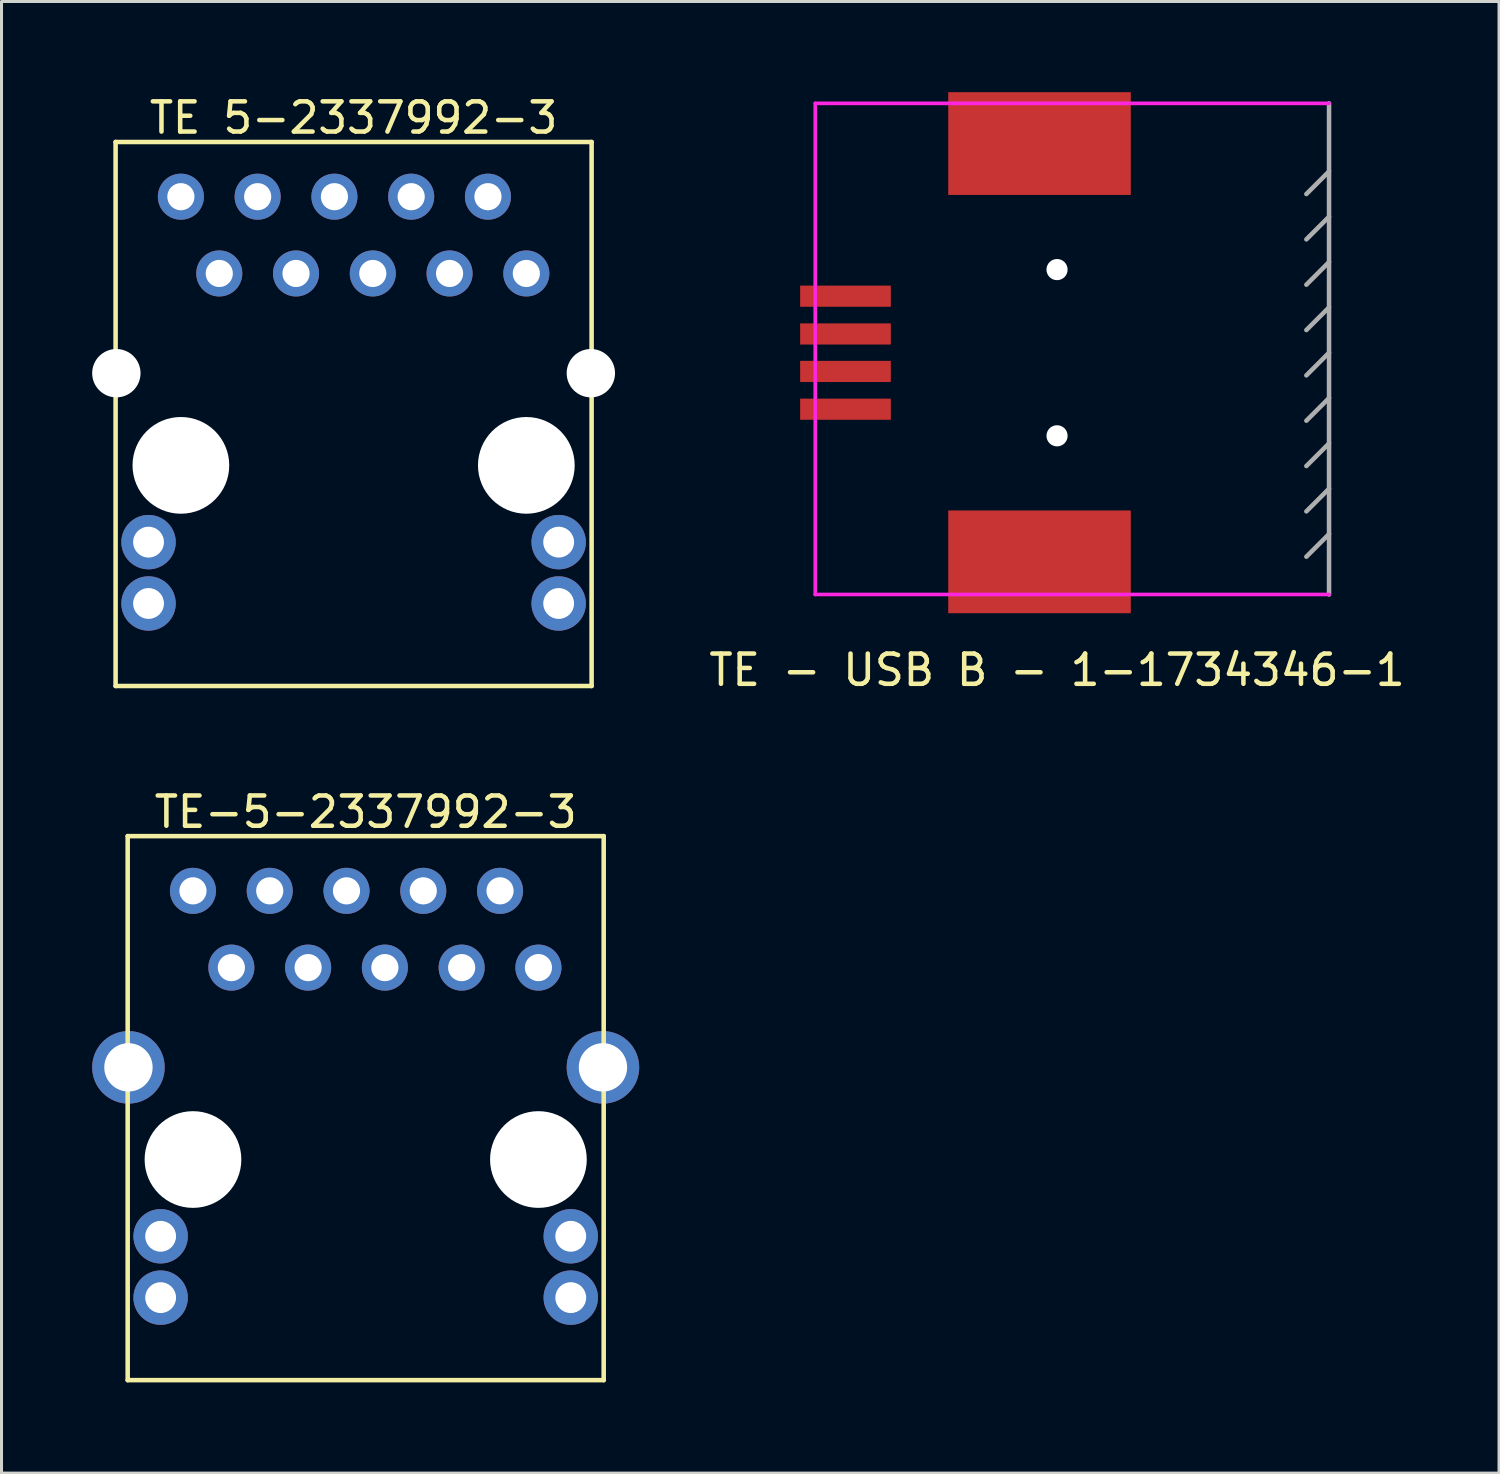
<source format=kicad_pcb>
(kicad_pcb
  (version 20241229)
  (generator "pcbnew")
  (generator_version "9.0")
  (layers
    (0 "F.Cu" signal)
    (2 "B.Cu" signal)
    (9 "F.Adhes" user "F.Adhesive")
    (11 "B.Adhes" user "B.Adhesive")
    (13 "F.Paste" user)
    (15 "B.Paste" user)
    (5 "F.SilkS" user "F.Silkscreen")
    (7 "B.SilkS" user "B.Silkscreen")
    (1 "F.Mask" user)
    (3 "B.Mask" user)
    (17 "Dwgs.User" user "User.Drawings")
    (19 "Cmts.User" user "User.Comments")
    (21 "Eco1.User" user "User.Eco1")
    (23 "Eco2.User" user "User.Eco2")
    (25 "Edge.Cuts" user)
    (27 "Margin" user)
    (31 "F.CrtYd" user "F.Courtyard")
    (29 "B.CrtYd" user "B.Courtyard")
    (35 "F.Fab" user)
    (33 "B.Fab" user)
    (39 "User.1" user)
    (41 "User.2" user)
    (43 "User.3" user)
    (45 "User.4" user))
  (footprint "TE - USB B - 1-1734346-1"
    (layer "F.Cu")
    (at 31.925 8.62)
    (property "Reference" "TE - USB B - 1-1734346-1" (at 0 10.5 0) (layer "F.SilkS") (effects (font (size 1 1) (thickness 0.15))))
    (attr through_hole)
    (fp_line (start -8 -8.25) (end 9 -8.25) (stroke (width 0.12) (type solid)) (layer "F.CrtYd"))
    (fp_line (start -8 8) (end -8 -8.25) (stroke (width 0.12) (type solid)) (layer "F.CrtYd"))
    (fp_line (start 9 8) (end -8 8) (stroke (width 0.12) (type solid)) (layer "F.CrtYd"))
    (fp_line (start 9 -8.25) (end 9 8) (stroke (width 0.15) (type solid)) (layer "F.Fab"))
    (fp_line (start 9 -6) (end 8.25 -5.25) (stroke (width 0.15) (type solid)) (layer "F.Fab"))
    (fp_line (start 9 -4.5) (end 8.25 -3.75) (stroke (width 0.15) (type solid)) (layer "F.Fab"))
    (fp_line (start 9 -3) (end 8.25 -2.25) (stroke (width 0.15) (type solid)) (layer "F.Fab"))
    (fp_line (start 9 -1.5) (end 8.25 -0.75) (stroke (width 0.15) (type solid)) (layer "F.Fab"))
    (fp_line (start 9 0) (end 8.25 0.75) (stroke (width 0.15) (type solid)) (layer "F.Fab"))
    (fp_line (start 9 1.5) (end 8.25 2.25) (stroke (width 0.15) (type solid)) (layer "F.Fab"))
    (fp_line (start 9 3) (end 8.25 3.75) (stroke (width 0.15) (type solid)) (layer "F.Fab"))
    (fp_line (start 9 4.5) (end 8.25 5.25) (stroke (width 0.15) (type solid)) (layer "F.Fab"))
    (fp_line (start 9 6) (end 8.25 6.75) (stroke (width 0.15) (type solid)) (layer "F.Fab"))
    (pad "" np_thru_hole circle (at 0 -2.75) (size 0.7 0.7) (drill 0.7) (layers "*.Cu" "*.Mask"))
    (pad "" np_thru_hole circle (at 0 2.75) (size 0.7 0.7) (drill 0.7) (layers "*.Cu" "*.Mask"))
    (pad "1" smd rect (at -7 -1.87) (size 3 0.7) (layers "F.Cu" "F.Mask" "F.Paste"))
    (pad "2" smd rect (at -7 0.62) (size 3 0.7) (layers "F.Cu" "F.Mask" "F.Paste"))
    (pad "3" smd rect (at -7 -0.62) (size 3 0.7) (layers "F.Cu" "F.Mask" "F.Paste"))
    (pad "4" smd rect (at -7 1.87) (size 3 0.7) (layers "F.Cu" "F.Mask" "F.Paste"))
    (pad "5" smd rect (at -0.58 -6.92) (size 6.04 3.4) (layers "F.Cu" "F.Mask" "F.Paste"))
    (pad "5" smd rect (at -0.58 6.92) (size 6.04 3.4) (layers "F.Cu" "F.Mask" "F.Paste")))
  (footprint "TE-5-2337992-3"
    (layer "F.Cu")
    (at 9.05 35.316)
    (property "Reference" "TE-5-2337992-3" (at 0 -11.5 0) (layer "F.SilkS") (effects (font (size 1 1) (thickness 0.15))))
    (attr through_hole)
    (fp_line (start -7.875 -10.7) (end -7.875 7.3) (stroke (width 0.15) (type solid)) (layer "F.SilkS"))
    (fp_line (start -7.875 -10.7) (end 7.875 -10.7) (stroke (width 0.15) (type solid)) (layer "F.SilkS"))
    (fp_line (start -7.875 7.3) (end 7.875 7.3) (stroke (width 0.15) (type solid)) (layer "F.SilkS"))
    (fp_line (start 7.875 -10.7) (end 7.875 7.3) (stroke (width 0.15) (type solid)) (layer "F.SilkS"))
    (pad "" thru_hole circle (at -7.85 -3.05) (size 2.4 2.4) (drill 1.6) (layers "*.Cu" "*.Mask"))
    (pad "" np_thru_hole circle (at -5.715 0) (size 3.2 3.2) (drill 3.2) (layers "*.Cu" "*.Mask"))
    (pad "" np_thru_hole circle (at 5.715 0) (size 3.2 3.2) (drill 3.2) (layers "*.Cu" "*.Mask"))
    (pad "" thru_hole circle (at 7.85 -3.05) (size 2.4 2.4) (drill 1.6) (layers "*.Cu" "*.Mask"))
    (pad "1" thru_hole circle (at 5.715 -6.35) (size 1.524 1.524) (drill 0.9) (layers "*.Cu" "*.Mask"))
    (pad "2" thru_hole circle (at 4.445 -8.89) (size 1.524 1.524) (drill 0.9) (layers "*.Cu" "*.Mask"))
    (pad "3" thru_hole circle (at 3.175 -6.35) (size 1.524 1.524) (drill 0.9) (layers "*.Cu" "*.Mask"))
    (pad "4" thru_hole circle (at 1.905 -8.89) (size 1.524 1.524) (drill 0.9) (layers "*.Cu" "*.Mask"))
    (pad "5" thru_hole circle (at 0.635 -6.35) (size 1.524 1.524) (drill 0.9) (layers "*.Cu" "*.Mask"))
    (pad "6" thru_hole circle (at -0.635 -8.89) (size 1.524 1.524) (drill 0.9) (layers "*.Cu" "*.Mask"))
    (pad "7" thru_hole circle (at -1.905 -6.35) (size 1.524 1.524) (drill 0.9) (layers "*.Cu" "*.Mask"))
    (pad "8" thru_hole circle (at -3.175 -8.89) (size 1.524 1.524) (drill 0.9) (layers "*.Cu" "*.Mask"))
    (pad "9" thru_hole circle (at -4.445 -6.35) (size 1.524 1.524) (drill 0.9) (layers "*.Cu" "*.Mask"))
    (pad "10" thru_hole circle (at -5.715 -8.89) (size 1.524 1.524) (drill 0.9) (layers "*.Cu" "*.Mask"))
    (pad "11" thru_hole circle (at -6.785 2.54) (size 1.8 1.8) (drill 1.02) (layers "*.Cu" "*.Mask"))
    (pad "12" thru_hole circle (at -6.785 4.57) (size 1.8 1.8) (drill 1.02) (layers "*.Cu" "*.Mask"))
    (pad "13" thru_hole circle (at 6.785 2.54) (size 1.8 1.8) (drill 1.02) (layers "*.Cu" "*.Mask"))
    (pad "14" thru_hole circle (at 6.785 4.57) (size 1.8 1.8) (drill 1.02) (layers "*.Cu" "*.Mask")))
  (footprint "TE 5-2337992-3"
    (layer "F.Cu")
    (at 8.65 12.348)
    (property "Reference" "TE 5-2337992-3" (at 0 -11.5 0) (layer "F.SilkS") (effects (font (size 1 1) (thickness 0.15))))
    (attr through_hole)
    (fp_line (start -7.875 -10.7) (end -7.875 7.3) (stroke (width 0.15) (type solid)) (layer "F.SilkS"))
    (fp_line (start -7.875 -10.7) (end 7.875 -10.7) (stroke (width 0.15) (type solid)) (layer "F.SilkS"))
    (fp_line (start -7.875 7.3) (end 7.875 7.3) (stroke (width 0.15) (type solid)) (layer "F.SilkS"))
    (fp_line (start 7.875 -10.7) (end 7.875 7.3) (stroke (width 0.15) (type solid)) (layer "F.SilkS"))
    (pad "" np_thru_hole circle (at -7.85 -3.05) (size 1.6 1.6) (drill 1.6) (layers "*.Cu" "*.Mask"))
    (pad "" np_thru_hole circle (at -5.715 0) (size 3.2 3.2) (drill 3.2) (layers "*.Cu" "*.Mask"))
    (pad "" np_thru_hole circle (at 5.715 0) (size 3.2 3.2) (drill 3.2) (layers "*.Cu" "*.Mask"))
    (pad "" np_thru_hole circle (at 7.85 -3.05) (size 1.6 1.6) (drill 1.6) (layers "*.Cu" "*.Mask"))
    (pad "1" thru_hole circle (at 5.715 -6.35) (size 1.524 1.524) (drill 0.9) (layers "*.Cu" "*.Mask"))
    (pad "2" thru_hole circle (at 4.445 -8.89) (size 1.524 1.524) (drill 0.9) (layers "*.Cu" "*.Mask"))
    (pad "3" thru_hole circle (at 3.175 -6.35) (size 1.524 1.524) (drill 0.9) (layers "*.Cu" "*.Mask"))
    (pad "4" thru_hole circle (at 1.905 -8.89) (size 1.524 1.524) (drill 0.9) (layers "*.Cu" "*.Mask"))
    (pad "5" thru_hole circle (at 0.635 -6.35) (size 1.524 1.524) (drill 0.9) (layers "*.Cu" "*.Mask"))
    (pad "6" thru_hole circle (at -0.635 -8.89) (size 1.524 1.524) (drill 0.9) (layers "*.Cu" "*.Mask"))
    (pad "7" thru_hole circle (at -1.905 -6.35) (size 1.524 1.524) (drill 0.9) (layers "*.Cu" "*.Mask"))
    (pad "8" thru_hole circle (at -3.175 -8.89) (size 1.524 1.524) (drill 0.9) (layers "*.Cu" "*.Mask"))
    (pad "9" thru_hole circle (at -4.445 -6.35) (size 1.524 1.524) (drill 0.9) (layers "*.Cu" "*.Mask"))
    (pad "10" thru_hole circle (at -5.715 -8.89) (size 1.524 1.524) (drill 0.9) (layers "*.Cu" "*.Mask"))
    (pad "11" thru_hole circle (at -6.785 2.54) (size 1.8 1.8) (drill 1.02) (layers "*.Cu" "*.Mask"))
    (pad "12" thru_hole circle (at -6.785 4.57) (size 1.8 1.8) (drill 1.02) (layers "*.Cu" "*.Mask"))
    (pad "13" thru_hole circle (at 6.785 2.54) (size 1.8 1.8) (drill 1.02) (layers "*.Cu" "*.Mask"))
    (pad "14" thru_hole circle (at 6.785 4.57) (size 1.8 1.8) (drill 1.02) (layers "*.Cu" "*.Mask")))
  (gr_rect
    (start -3 -3)
    (end 46.55 45.691)
    (stroke (width 0.1) (type default))
    (fill no)
    (layer "Edge.Cuts")))
</source>
